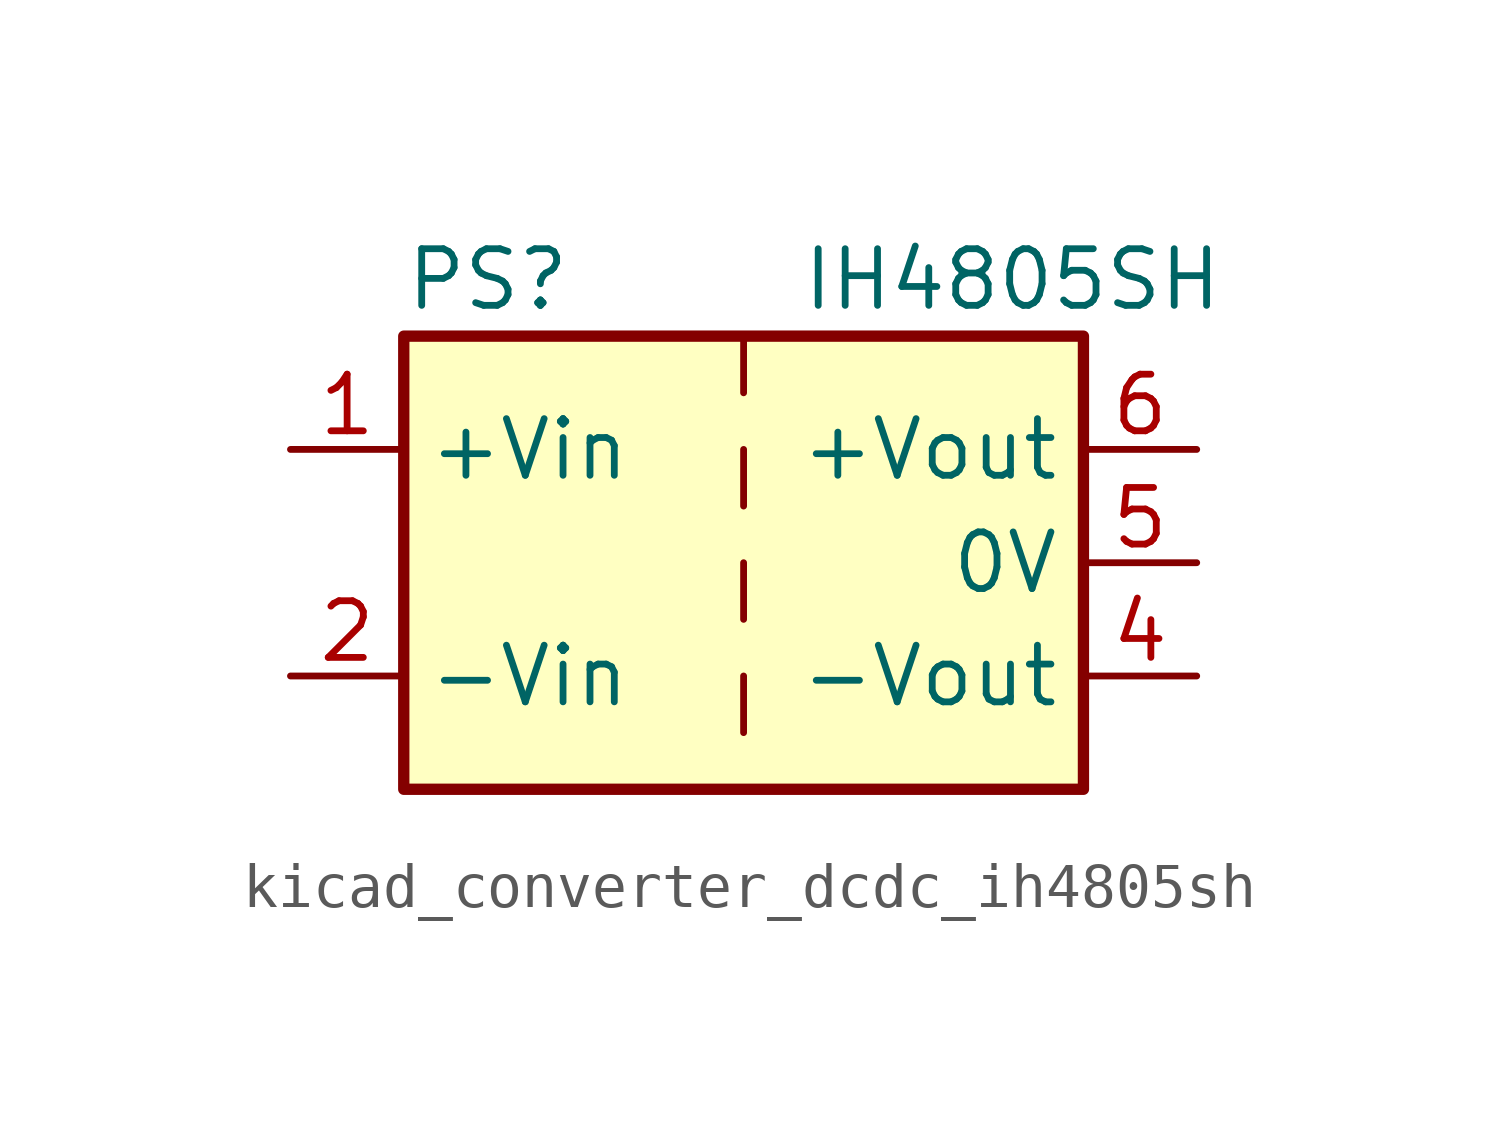
<source format=kicad_sym>
(kicad_symbol_lib
  (version 20220914)
  (generator kicad_symbol_editor)
  (symbol "kicad_converter_dcdc_ih4805sh"
    (property "Reference" "PS"
      (at -7.62 6.35 0)
      (effects (font (size 1.27 1.27)) (justify left)))
    (property "Value" "IH4805SH"
      (at 1.27 6.35 0)
      (effects (font (size 1.27 1.27)) (justify left)))
    (symbol "kicad_converter_dcdc_ih4805sh_0_0"
      (pin power_in line (at -10.16 2.54 0) (length 2.54) (name "+Vin" (effects (font (size 1.27 1.27)))) (number "1" (effects (font (size 1.27 1.27)))))
      (pin power_in line (at -10.16 -2.54 0) (length 2.54) (name "-Vin" (effects (font (size 1.27 1.27)))) (number "2" (effects (font (size 1.27 1.27)))))
      (pin power_out line (at 10.16 -2.54 180) (length 2.54) (name "-Vout" (effects (font (size 1.27 1.27)))) (number "4" (effects (font (size 1.27 1.27)))))
      (pin power_out line (at 10.16 0 180) (length 2.54) (name "0V" (effects (font (size 1.27 1.27)))) (number "5" (effects (font (size 1.27 1.27)))))
      (pin power_out line (at 10.16 2.54 180) (length 2.54) (name "+Vout" (effects (font (size 1.27 1.27)))) (number "6" (effects (font (size 1.27 1.27))))))
    (symbol "kicad_converter_dcdc_ih4805sh_0_1"
      (rectangle (start -7.62 5.08) (end 7.62 -5.08) (stroke (width 0.254) (type default)) (fill (type background)))
      (polyline (pts (xy 0 -2.54) (xy 0 -3.81)) (stroke (width 0) (type default)) (fill (type none)))
      (polyline (pts (xy 0 0) (xy 0 -1.27)) (stroke (width 0) (type default)) (fill (type none)))
      (polyline (pts (xy 0 2.54) (xy 0 1.27)) (stroke (width 0) (type default)) (fill (type none)))
      (polyline (pts (xy 0 5.08) (xy 0 3.81)) (stroke (width 0) (type default)) (fill (type none))))))
</source>
